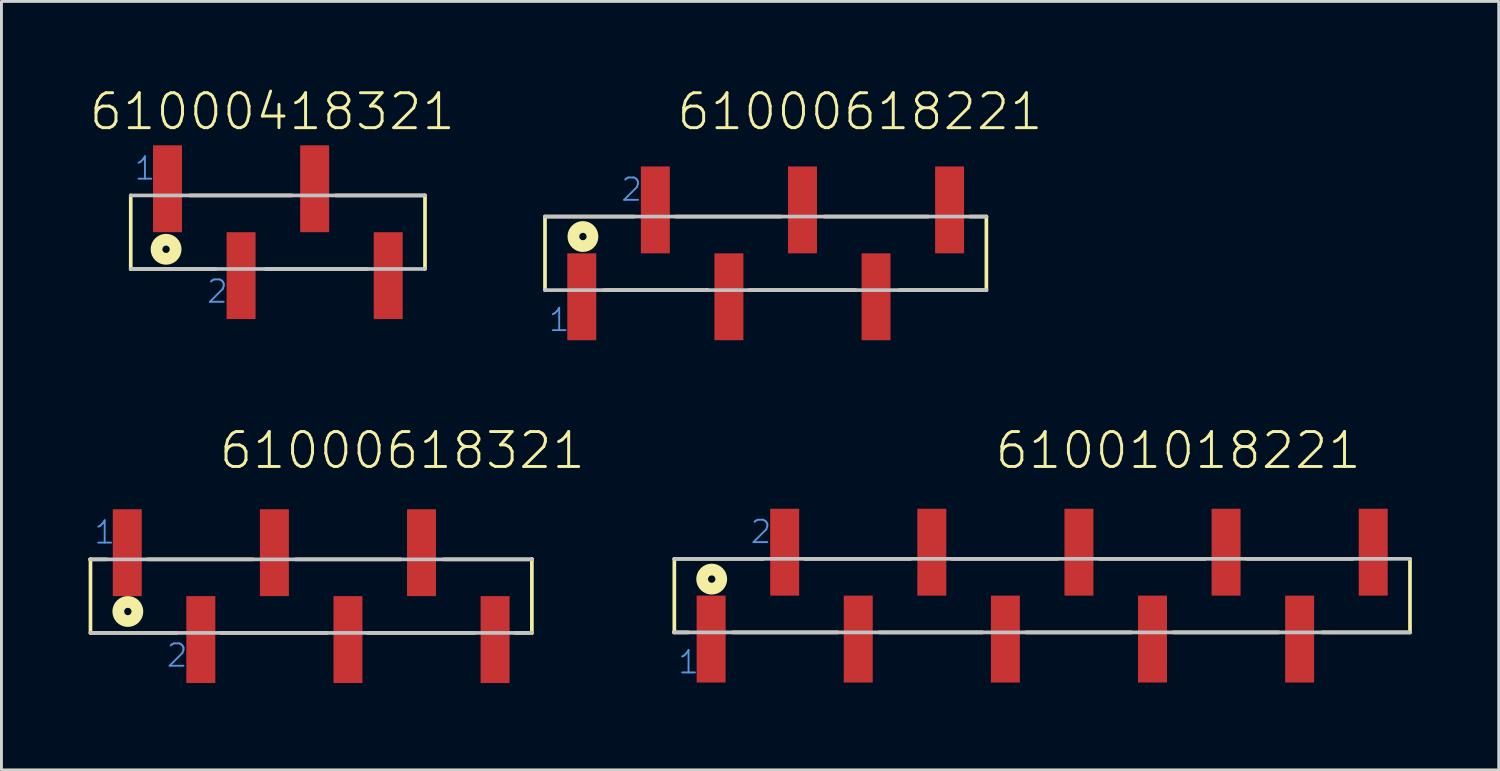
<source format=kicad_pcb>
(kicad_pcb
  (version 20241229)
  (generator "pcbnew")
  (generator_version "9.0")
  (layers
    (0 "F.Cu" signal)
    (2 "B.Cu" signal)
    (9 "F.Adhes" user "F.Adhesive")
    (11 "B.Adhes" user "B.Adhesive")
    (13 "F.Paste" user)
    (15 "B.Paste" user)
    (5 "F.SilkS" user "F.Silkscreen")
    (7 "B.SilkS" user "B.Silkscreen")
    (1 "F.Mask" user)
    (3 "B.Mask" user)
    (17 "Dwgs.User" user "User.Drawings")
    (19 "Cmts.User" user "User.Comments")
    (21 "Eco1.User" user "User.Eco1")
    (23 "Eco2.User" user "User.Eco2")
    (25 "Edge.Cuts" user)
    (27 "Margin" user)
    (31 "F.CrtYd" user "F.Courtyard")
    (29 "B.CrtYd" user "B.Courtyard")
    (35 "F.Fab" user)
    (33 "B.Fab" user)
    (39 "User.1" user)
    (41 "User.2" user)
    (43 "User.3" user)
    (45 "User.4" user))
  (footprint "61000618321"
    (layer "F.Cu")
    (at 7.694 17.533)
    (property "Reference" "61000618321" (at -3.237 -4.324 0) (layer "F.SilkS") (effects (font (size 1.206 1.206) (thickness 0.102)) (justify left bottom)))
    (attr through_hole)
    (fp_line (start -7.63 -1.27) (end -7.63 -1.26) (stroke (width 0.127) (type solid)) (layer "F.SilkS"))
    (fp_line (start -7.62 -1.27) (end -7.62 1.27) (stroke (width 0.127) (type solid)) (layer "F.SilkS"))
    (fp_line (start -7.07 -1.27) (end -7.63 -1.27) (stroke (width 0.127) (type solid)) (layer "F.SilkS"))
    (fp_line (start -5.65 -1.27) (end -2.01 -1.27) (stroke (width 0.127) (type solid)) (layer "F.SilkS"))
    (fp_line (start -4.65 1.27) (end -7.62 1.27) (stroke (width 0.127) (type solid)) (layer "F.SilkS"))
    (fp_line (start -3.12 1.27) (end 0.54 1.27) (stroke (width 0.127) (type solid)) (layer "F.SilkS"))
    (fp_line (start -0.54 -1.27) (end 3.09 -1.27) (stroke (width 0.127) (type solid)) (layer "F.SilkS"))
    (fp_line (start 1.96 1.27) (end 5.64 1.27) (stroke (width 0.127) (type solid)) (layer "F.SilkS"))
    (fp_line (start 4.57 -1.27) (end 7.62 -1.27) (stroke (width 0.127) (type solid)) (layer "F.SilkS"))
    (fp_line (start 7.05 1.27) (end 7.62 1.27) (stroke (width 0.127) (type solid)) (layer "F.SilkS"))
    (fp_line (start 7.62 -1.27) (end 7.62 -1.28) (stroke (width 0.127) (type solid)) (layer "F.SilkS"))
    (fp_line (start 7.62 1.27) (end 7.62 -1.27) (stroke (width 0.127) (type solid)) (layer "F.SilkS"))
    (fp_circle (center -6.33 0.53) (end -6.203 0.53) (stroke (width 0.406) (type solid)) (fill no) (layer "F.SilkS"))
    (fp_line (start -7.62 1.27) (end 7.62 1.27) (stroke (width 0.127) (type solid)) (layer "Dwgs.User"))
    (fp_line (start 7.62 -1.27) (end -7.62 -1.27) (stroke (width 0.127) (type solid)) (layer "Dwgs.User"))
    (fp_text user "1" (at -7.54 -1.75 0) (layer "Cmts.User") (effects (font (size 0.772 0.772) (thickness 0.065)) (justify left bottom)))
    (fp_text user "2" (at -5.04 2.5 0) (layer "Cmts.User") (effects (font (size 0.772 0.772) (thickness 0.065)) (justify left bottom)))
    (pad "1" smd rect (at -6.35 -1.5) (size 1 3) (layers "F.Cu" "F.Mask" "F.Paste"))
    (pad "2" smd rect (at -3.81 1.5) (size 1 3) (layers "F.Cu" "F.Mask" "F.Paste"))
    (pad "3" smd rect (at -1.27 -1.5) (size 1 3) (layers "F.Cu" "F.Mask" "F.Paste"))
    (pad "4" smd rect (at 1.27 1.5) (size 1 3) (layers "F.Cu" "F.Mask" "F.Paste"))
    (pad "5" smd rect (at 3.81 -1.5) (size 1 3) (layers "F.Cu" "F.Mask" "F.Paste"))
    (pad "6" smd rect (at 6.35 1.5) (size 1 3) (layers "F.Cu" "F.Mask" "F.Paste")))
  (footprint "61000618221"
    (layer "F.Cu")
    (at 23.387 5.697)
    (property "Reference" "61000618221" (at -3.128 -4.186 0) (layer "F.SilkS") (effects (font (size 1.206 1.206) (thickness 0.102)) (justify left bottom)))
    (attr through_hole)
    (fp_line (start -7.62 -1.27) (end -7.62 1.27) (stroke (width 0.127) (type solid)) (layer "F.SilkS"))
    (fp_line (start -5.58 1.27) (end -2.02 1.27) (stroke (width 0.127) (type solid)) (layer "F.SilkS"))
    (fp_line (start -4.54 -1.27) (end -7.62 -1.27) (stroke (width 0.127) (type solid)) (layer "F.SilkS"))
    (fp_line (start -3.11 -1.27) (end 0.53 -1.27) (stroke (width 0.127) (type solid)) (layer "F.SilkS"))
    (fp_line (start -2.02 1.27) (end -2.02 1.26) (stroke (width 0.127) (type solid)) (layer "F.SilkS"))
    (fp_line (start -0.57 1.27) (end 3.1 1.27) (stroke (width 0.127) (type solid)) (layer "F.SilkS"))
    (fp_line (start 2.02 -1.27) (end 5.61 -1.27) (stroke (width 0.127) (type solid)) (layer "F.SilkS"))
    (fp_line (start 4.61 1.27) (end 7.62 1.27) (stroke (width 0.127) (type solid)) (layer "F.SilkS"))
    (fp_line (start 7.05 -1.27) (end 7.62 -1.27) (stroke (width 0.127) (type solid)) (layer "F.SilkS"))
    (fp_line (start 7.62 1.27) (end 7.62 -1.27) (stroke (width 0.127) (type solid)) (layer "F.SilkS"))
    (fp_circle (center -6.31 -0.58) (end -6.183 -0.58) (stroke (width 0.406) (type solid)) (fill no) (layer "F.SilkS"))
    (fp_line (start -7.62 1.27) (end 7.62 1.27) (stroke (width 0.127) (type solid)) (layer "Dwgs.User"))
    (fp_line (start 7.62 -1.27) (end -7.62 -1.27) (stroke (width 0.127) (type solid)) (layer "Dwgs.User"))
    (fp_text user "2" (at -5.04 -1.75 0) (layer "Cmts.User") (effects (font (size 0.772 0.772) (thickness 0.065)) (justify left bottom)))
    (fp_text user "1" (at -7.54 2.75 0) (layer "Cmts.User") (effects (font (size 0.772 0.772) (thickness 0.065)) (justify left bottom)))
    (pad "1" smd rect (at -6.35 1.5) (size 1 3) (layers "F.Cu" "F.Mask" "F.Paste"))
    (pad "2" smd rect (at -3.81 -1.5) (size 1 3) (layers "F.Cu" "F.Mask" "F.Paste"))
    (pad "3" smd rect (at -1.27 1.5) (size 1 3) (layers "F.Cu" "F.Mask" "F.Paste"))
    (pad "4" smd rect (at 1.27 -1.5) (size 1 3) (layers "F.Cu" "F.Mask" "F.Paste"))
    (pad "5" smd rect (at 3.81 1.5) (size 1 3) (layers "F.Cu" "F.Mask" "F.Paste"))
    (pad "6" smd rect (at 6.35 -1.5) (size 1 3) (layers "F.Cu" "F.Mask" "F.Paste")))
  (footprint "61000418321"
    (layer "F.Cu")
    (at 6.544 4.967)
    (property "Reference" "61000418321" (at -0.192 -3.456 0) (layer "F.SilkS") (effects (font (size 1.206 1.206) (thickness 0.102)) (justify bottom)))
    (attr through_hole)
    (fp_line (start -5.081 1.27) (end -5.081 1.261) (stroke (width 0.127) (type solid)) (layer "F.SilkS"))
    (fp_line (start -5.08 -1.27) (end -5.08 1.27) (stroke (width 0.127) (type solid)) (layer "F.SilkS"))
    (fp_line (start -3.041 -1.27) (end 0.476 -1.27) (stroke (width 0.127) (type solid)) (layer "F.SilkS"))
    (fp_line (start -2.144 1.27) (end -5.081 1.27) (stroke (width 0.127) (type solid)) (layer "F.SilkS"))
    (fp_line (start -0.425 1.27) (end 3.092 1.27) (stroke (width 0.127) (type solid)) (layer "F.SilkS"))
    (fp_line (start 1.993 -1.27) (end 5.07 -1.27) (stroke (width 0.127) (type solid)) (layer "F.SilkS"))
    (fp_line (start 5.08 1.27) (end 5.08 -1.27) (stroke (width 0.127) (type solid)) (layer "F.SilkS"))
    (fp_circle (center -3.86 0.59) (end -3.733 0.59) (stroke (width 0.406) (type solid)) (fill no) (layer "F.SilkS"))
    (fp_line (start -5.08 1.27) (end 5.08 1.27) (stroke (width 0.127) (type solid)) (layer "Dwgs.User"))
    (fp_line (start 5.08 -1.27) (end -5.08 -1.27) (stroke (width 0.127) (type solid)) (layer "Dwgs.User"))
    (fp_text user "2" (at -2.5 2.5 0) (layer "Cmts.User") (effects (font (size 0.772 0.772) (thickness 0.065)) (justify left bottom)))
    (fp_text user "1" (at -5 -1.75 0) (layer "Cmts.User") (effects (font (size 0.772 0.772) (thickness 0.065)) (justify left bottom)))
    (pad "1" smd rect (at -3.81 -1.5) (size 1 3) (layers "F.Cu" "F.Mask" "F.Paste"))
    (pad "2" smd rect (at -1.27 1.5) (size 1 3) (layers "F.Cu" "F.Mask" "F.Paste"))
    (pad "3" smd rect (at 1.27 -1.5) (size 1 3) (layers "F.Cu" "F.Mask" "F.Paste"))
    (pad "4" smd rect (at 3.81 1.5) (size 1 3) (layers "F.Cu" "F.Mask" "F.Paste")))
  (footprint "61001018221"
    (layer "F.Cu")
    (at 32.933 17.515)
    (property "Reference" "61001018221" (at -1.688 -4.306 0) (layer "F.SilkS") (effects (font (size 1.206 1.206) (thickness 0.102)) (justify left bottom)))
    (attr through_hole)
    (fp_line (start -12.71 1.27) (end -12.71 1.26) (stroke (width 0.127) (type solid)) (layer "F.SilkS"))
    (fp_line (start -12.7 -1.27) (end -12.7 1.27) (stroke (width 0.127) (type solid)) (layer "F.SilkS"))
    (fp_line (start -12.22 1.27) (end -12.71 1.27) (stroke (width 0.127) (type solid)) (layer "F.SilkS"))
    (fp_line (start -10.68 1.27) (end -7.06 1.27) (stroke (width 0.127) (type solid)) (layer "F.SilkS"))
    (fp_line (start -9.64 -1.27) (end -12.7 -1.27) (stroke (width 0.127) (type solid)) (layer "F.SilkS"))
    (fp_line (start -8.19 -1.27) (end -4.55 -1.27) (stroke (width 0.127) (type solid)) (layer "F.SilkS"))
    (fp_line (start -5.63 1.27) (end -2.06 1.27) (stroke (width 0.127) (type solid)) (layer "F.SilkS"))
    (fp_line (start -3.12 -1.27) (end 0.52 -1.27) (stroke (width 0.127) (type solid)) (layer "F.SilkS"))
    (fp_line (start -0.56 1.27) (end 3.08 1.27) (stroke (width 0.127) (type solid)) (layer "F.SilkS"))
    (fp_line (start 1.99 -1.27) (end 5.63 -1.27) (stroke (width 0.127) (type solid)) (layer "F.SilkS"))
    (fp_line (start 4.53 1.27) (end 8.17 1.27) (stroke (width 0.127) (type solid)) (layer "F.SilkS"))
    (fp_line (start 7.08 -1.27) (end 10.72 -1.27) (stroke (width 0.127) (type solid)) (layer "F.SilkS"))
    (fp_line (start 9.67 1.27) (end 12.7 1.27) (stroke (width 0.127) (type solid)) (layer "F.SilkS"))
    (fp_line (start 12.7 1.27) (end 12.7 -1.27) (stroke (width 0.127) (type solid)) (layer "F.SilkS"))
    (fp_circle (center -11.41 -0.57) (end -11.283 -0.57) (stroke (width 0.406) (type solid)) (fill no) (layer "F.SilkS"))
    (fp_line (start -12.7 1.27) (end 12.7 1.27) (stroke (width 0.127) (type solid)) (layer "Dwgs.User"))
    (fp_line (start 12.7 -1.27) (end -12.7 -1.27) (stroke (width 0.127) (type solid)) (layer "Dwgs.User"))
    (fp_text user "2" (at -10.12 -1.75 0) (layer "Cmts.User") (effects (font (size 0.772 0.772) (thickness 0.065)) (justify left bottom)))
    (fp_text user "1" (at -12.62 2.75 0) (layer "Cmts.User") (effects (font (size 0.772 0.772) (thickness 0.065)) (justify left bottom)))
    (pad "1" smd rect (at -11.43 1.5) (size 1 3) (layers "F.Cu" "F.Mask" "F.Paste"))
    (pad "2" smd rect (at -8.89 -1.5) (size 1 3) (layers "F.Cu" "F.Mask" "F.Paste"))
    (pad "3" smd rect (at -6.35 1.5) (size 1 3) (layers "F.Cu" "F.Mask" "F.Paste"))
    (pad "4" smd rect (at -3.81 -1.5) (size 1 3) (layers "F.Cu" "F.Mask" "F.Paste"))
    (pad "5" smd rect (at -1.27 1.5) (size 1 3) (layers "F.Cu" "F.Mask" "F.Paste"))
    (pad "6" smd rect (at 1.27 -1.5) (size 1 3) (layers "F.Cu" "F.Mask" "F.Paste"))
    (pad "7" smd rect (at 3.81 1.5) (size 1 3) (layers "F.Cu" "F.Mask" "F.Paste"))
    (pad "8" smd rect (at 6.35 -1.5) (size 1 3) (layers "F.Cu" "F.Mask" "F.Paste"))
    (pad "9" smd rect (at 8.89 1.5) (size 1 3) (layers "F.Cu" "F.Mask" "F.Paste"))
    (pad "10" smd rect (at 11.43 -1.5) (size 1 3) (layers "F.Cu" "F.Mask" "F.Paste")))
  (gr_rect
    (start -3 -3)
    (end 48.697 23.533)
    (stroke (width 0.1) (type default))
    (fill no)
    (layer "Edge.Cuts")))
</source>
